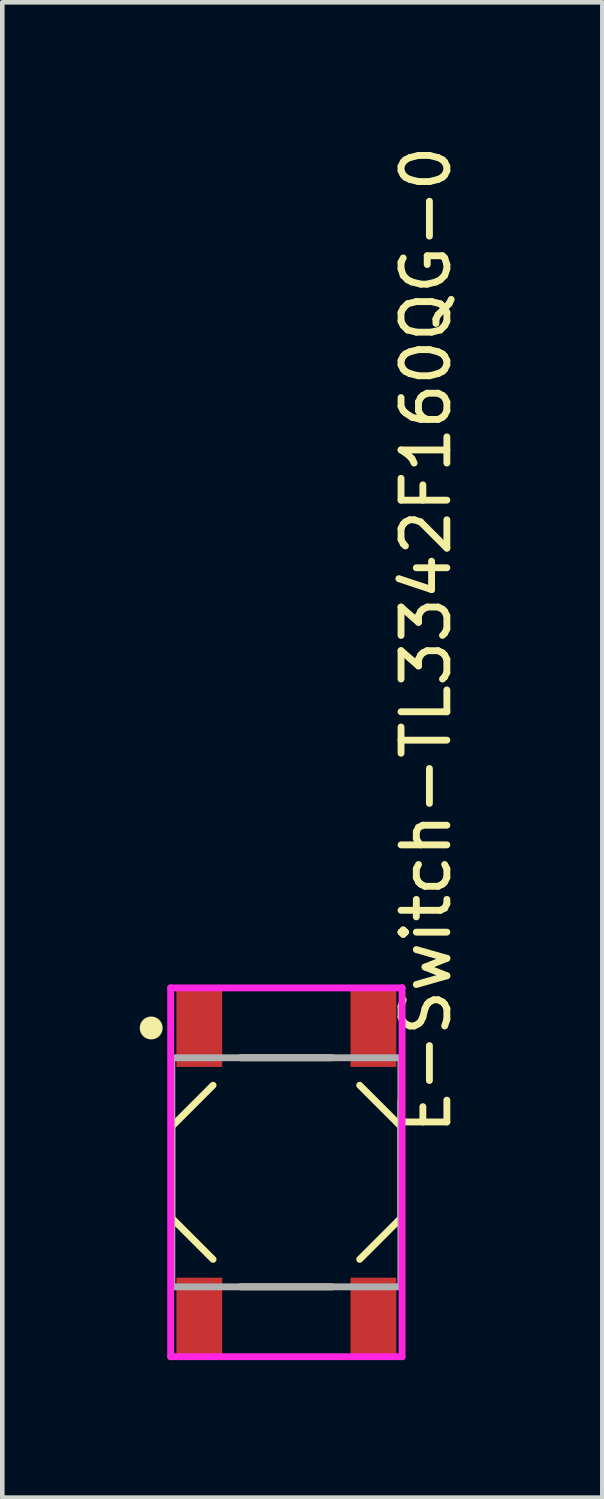
<source format=kicad_pcb>
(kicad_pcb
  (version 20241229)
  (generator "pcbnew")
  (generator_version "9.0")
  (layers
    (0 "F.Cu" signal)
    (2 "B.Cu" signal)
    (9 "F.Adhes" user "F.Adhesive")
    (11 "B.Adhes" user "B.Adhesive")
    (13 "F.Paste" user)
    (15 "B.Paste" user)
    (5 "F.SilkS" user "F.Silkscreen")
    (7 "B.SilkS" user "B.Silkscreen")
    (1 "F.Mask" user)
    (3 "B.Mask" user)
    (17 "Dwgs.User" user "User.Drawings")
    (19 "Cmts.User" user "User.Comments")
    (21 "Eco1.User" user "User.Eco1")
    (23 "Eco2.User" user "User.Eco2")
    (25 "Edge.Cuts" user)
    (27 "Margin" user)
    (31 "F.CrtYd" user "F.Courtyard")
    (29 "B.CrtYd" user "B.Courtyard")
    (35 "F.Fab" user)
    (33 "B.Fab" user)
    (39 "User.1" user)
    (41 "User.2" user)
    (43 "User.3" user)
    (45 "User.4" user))
  (footprint "E-Switch-TL3342F160QG-0"
    (layer "F.Cu")
    (at 3.2 22.536)
    (property "Reference" "E-Switch-TL3342F160QG-0" (at 3.048 -0.762 90) (layer "F.SilkS") (effects (font (size 1 1) (thickness 0.15)) (justify left)))
    (attr through_hole)
    (fp_line (start -2.5 -1) (end -1.6 -1.9) (stroke (width 0.15) (type solid)) (layer "F.SilkS"))
    (fp_line (start -2.5 1) (end -2.5 -1) (stroke (width 0.15) (type solid)) (layer "F.SilkS"))
    (fp_line (start -2.5 1) (end -1.6 1.9) (stroke (width 0.15) (type solid)) (layer "F.SilkS"))
    (fp_line (start -1 -2.5) (end 1 -2.5) (stroke (width 0.15) (type solid)) (layer "F.SilkS"))
    (fp_line (start -1 2.5) (end 1 2.5) (stroke (width 0.15) (type solid)) (layer "F.SilkS"))
    (fp_line (start 1.6 -1.9) (end 2.5 -1) (stroke (width 0.15) (type solid)) (layer "F.SilkS"))
    (fp_line (start 1.6 1.9) (end 2.5 1) (stroke (width 0.15) (type solid)) (layer "F.SilkS"))
    (fp_line (start 2.5 1) (end 2.5 -1) (stroke (width 0.15) (type solid)) (layer "F.SilkS"))
    (fp_circle (center -2.95 -3.15) (end -2.825 -3.15) (stroke (width 0.25) (type solid)) (fill no) (layer "F.SilkS"))
    (fp_line (start -2.525 -4.025) (end -2.525 4.025) (stroke (width 0.15) (type solid)) (layer "F.CrtYd"))
    (fp_line (start -2.525 4.025) (end 2.525 4.025) (stroke (width 0.15) (type solid)) (layer "F.CrtYd"))
    (fp_line (start 2.525 -4.025) (end -2.525 -4.025) (stroke (width 0.15) (type solid)) (layer "F.CrtYd"))
    (fp_line (start 2.525 -4.025) (end 2.525 -4.025) (stroke (width 0.15) (type solid)) (layer "F.CrtYd"))
    (fp_line (start 2.525 4.025) (end 2.525 -4.025) (stroke (width 0.15) (type solid)) (layer "F.CrtYd"))
    (fp_line (start -2.5 -2.5) (end 2.5 -2.5) (stroke (width 0.15) (type solid)) (layer "F.Fab"))
    (fp_line (start -2.5 2.5) (end -2.5 -2.5) (stroke (width 0.15) (type solid)) (layer "F.Fab"))
    (fp_line (start 2.5 -2.5) (end 2.5 2.5) (stroke (width 0.15) (type solid)) (layer "F.Fab"))
    (fp_line (start 2.5 2.5) (end -2.5 2.5) (stroke (width 0.15) (type solid)) (layer "F.Fab"))
    (pad "1" smd rect (at -1.9 -3.15 90) (size 1.7 1) (layers "F.Cu" "F.Mask" "F.Paste"))
    (pad "2" smd rect (at -1.9 3.15 90) (size 1.7 1) (layers "F.Cu" "F.Mask" "F.Paste"))
    (pad "3" smd rect (at 1.9 -3.15 90) (size 1.7 1) (layers "F.Cu" "F.Mask" "F.Paste"))
    (pad "4" smd rect (at 1.9 3.15 90) (size 1.7 1) (layers "F.Cu" "F.Mask" "F.Paste")))
  (gr_rect
    (start -3 -3)
    (end 10.096 29.636)
    (stroke (width 0.1) (type default))
    (fill no)
    (layer "Edge.Cuts")))
</source>
